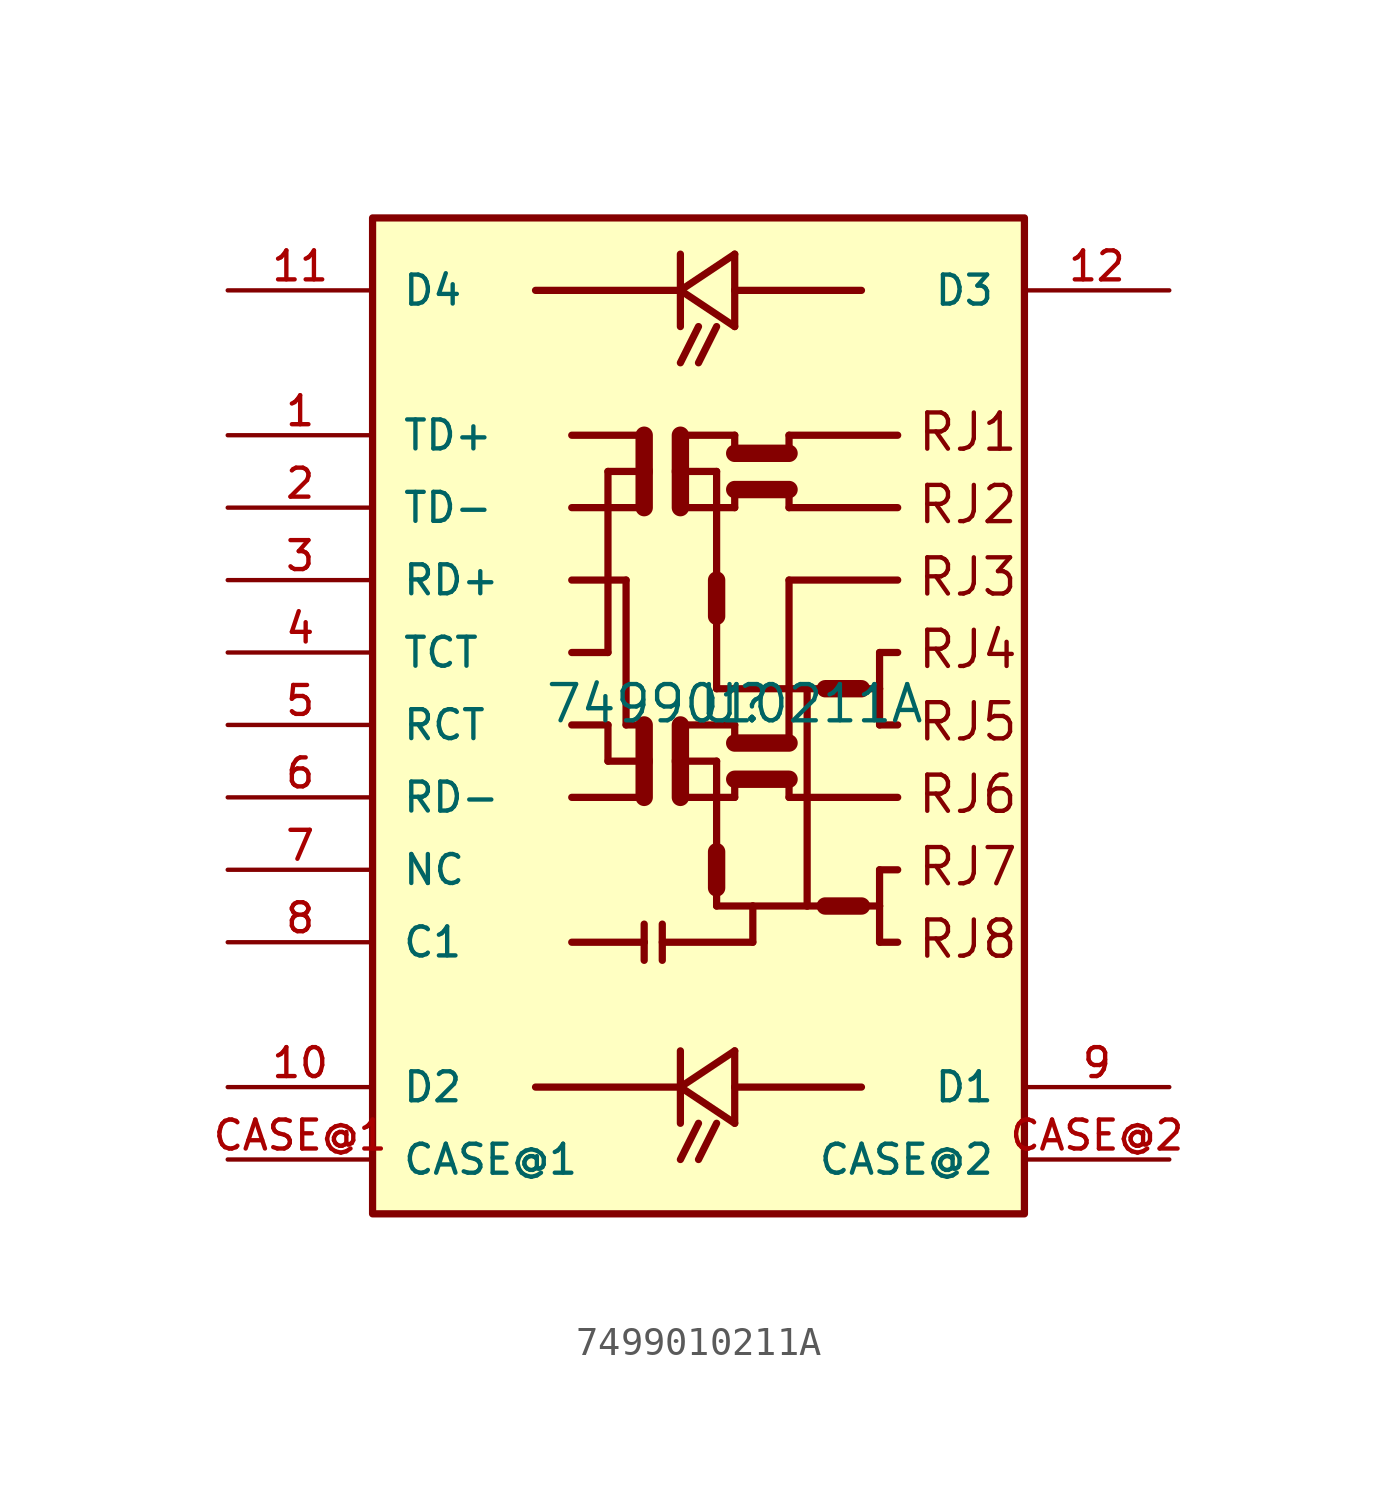
<source format=kicad_sym>
(kicad_symbol_lib
  (version 20231120)
  (generator "kicad_symbol_editor")
  (generator_version "8.0")
  (symbol "7499010211A"
    (pin_names
      (offset 1.016))
    (property "Reference" "U"
      (at 0 0 0)
      (effects (font (size 1.27 1.27)) (justify bottom)))
    (property "Value" "7499010211A"
      (at 0 0 0)
      (effects (font (size 1.27 1.27)) (justify bottom)))
    (symbol "7499010211A_0_0"
      (rectangle (start -12.7 -17.145) (end 10.16 17.78) (stroke (width 0.254) (type default)) (fill (type background)))
      (polyline (pts (xy -5.715 0) (xy -4.445 0)) (stroke (width 0.254) (type default)) (fill (type none)))
      (polyline (pts (xy -5.715 10.16) (xy -3.175 10.16)) (stroke (width 0.254) (type default)) (fill (type none)))
      (polyline (pts (xy -4.445 -1.27) (xy -3.175 -1.27)) (stroke (width 0.254) (type default)) (fill (type none)))
      (polyline (pts (xy -4.445 0) (xy -4.445 -1.27)) (stroke (width 0.254) (type default)) (fill (type none)))
      (polyline (pts (xy -4.445 2.54) (xy -5.715 2.54)) (stroke (width 0.254) (type default)) (fill (type none)))
      (polyline (pts (xy -4.445 8.89) (xy -4.445 2.54)) (stroke (width 0.254) (type default)) (fill (type none)))
      (polyline (pts (xy -3.81 0) (xy -3.81 5.08)) (stroke (width 0.254) (type default)) (fill (type none)))
      (polyline (pts (xy -3.81 5.08) (xy -5.715 5.08)) (stroke (width 0.254) (type default)) (fill (type none)))
      (polyline (pts (xy -3.175 -7.62) (xy -5.715 -7.62)) (stroke (width 0.254) (type default)) (fill (type none)))
      (polyline (pts (xy -3.175 -7.62) (xy -3.175 -8.255)) (stroke (width 0.254) (type default)) (fill (type none)))
      (polyline (pts (xy -3.175 -6.985) (xy -3.175 -7.62)) (stroke (width 0.254) (type default)) (fill (type none)))
      (polyline (pts (xy -3.175 -2.54) (xy -5.715 -2.54)) (stroke (width 0.254) (type default)) (fill (type none)))
      (polyline (pts (xy -3.175 -2.54) (xy -3.175 -1.27)) (stroke (width 0.61) (type default)) (fill (type none)))
      (polyline (pts (xy -3.175 -1.27) (xy -3.175 0)) (stroke (width 0.61) (type default)) (fill (type none)))
      (polyline (pts (xy -3.175 0) (xy -3.81 0)) (stroke (width 0.254) (type default)) (fill (type none)))
      (polyline (pts (xy -3.175 7.62) (xy -5.715 7.62)) (stroke (width 0.254) (type default)) (fill (type none)))
      (polyline (pts (xy -3.175 8.89) (xy -4.445 8.89)) (stroke (width 0.254) (type default)) (fill (type none)))
      (polyline (pts (xy -3.175 8.89) (xy -3.175 7.62)) (stroke (width 0.61) (type default)) (fill (type none)))
      (polyline (pts (xy -3.175 10.16) (xy -3.175 8.89)) (stroke (width 0.61) (type default)) (fill (type none)))
      (polyline (pts (xy -2.54 -6.985) (xy -2.54 -8.255)) (stroke (width 0.254) (type default)) (fill (type none)))
      (polyline (pts (xy -1.905 -12.7) (xy -6.985 -12.7)) (stroke (width 0.254) (type default)) (fill (type none)))
      (polyline (pts (xy -1.905 -12.7) (xy 0 -13.97)) (stroke (width 0.254) (type default)) (fill (type none)))
      (polyline (pts (xy -1.905 -12.7) (xy 0 -11.43)) (stroke (width 0.254) (type default)) (fill (type none)))
      (polyline (pts (xy -1.905 -11.43) (xy -1.905 -13.97)) (stroke (width 0.254) (type default)) (fill (type none)))
      (polyline (pts (xy -1.905 -2.54) (xy 0 -2.54)) (stroke (width 0.254) (type default)) (fill (type none)))
      (polyline (pts (xy -1.905 -1.27) (xy -1.905 -2.54)) (stroke (width 0.61) (type default)) (fill (type none)))
      (polyline (pts (xy -1.905 -1.27) (xy -0.635 -1.27)) (stroke (width 0.254) (type default)) (fill (type none)))
      (polyline (pts (xy -1.905 0) (xy -1.905 -1.27)) (stroke (width 0.61) (type default)) (fill (type none)))
      (polyline (pts (xy -1.905 0) (xy 0 0)) (stroke (width 0.254) (type default)) (fill (type none)))
      (polyline (pts (xy -1.905 7.62) (xy 0 7.62)) (stroke (width 0.254) (type default)) (fill (type none)))
      (polyline (pts (xy -1.905 8.89) (xy -1.905 7.62)) (stroke (width 0.61) (type default)) (fill (type none)))
      (polyline (pts (xy -1.905 8.89) (xy -0.635 8.89)) (stroke (width 0.254) (type default)) (fill (type none)))
      (polyline (pts (xy -1.905 10.16) (xy -1.905 8.89)) (stroke (width 0.61) (type default)) (fill (type none)))
      (polyline (pts (xy -1.905 10.16) (xy 0 10.16)) (stroke (width 0.254) (type default)) (fill (type none)))
      (polyline (pts (xy -1.905 15.24) (xy -6.985 15.24)) (stroke (width 0.254) (type default)) (fill (type none)))
      (polyline (pts (xy -1.905 15.24) (xy 0 13.97)) (stroke (width 0.254) (type default)) (fill (type none)))
      (polyline (pts (xy -1.905 15.24) (xy 0 16.51)) (stroke (width 0.254) (type default)) (fill (type none)))
      (polyline (pts (xy -1.905 16.51) (xy -1.905 13.97)) (stroke (width 0.254) (type default)) (fill (type none)))
      (polyline (pts (xy -1.27 -13.97) (xy -1.905 -15.24)) (stroke (width 0.254) (type default)) (fill (type none)))
      (polyline (pts (xy -1.27 13.97) (xy -1.905 12.7)) (stroke (width 0.254) (type default)) (fill (type none)))
      (polyline (pts (xy -0.635 -13.97) (xy -1.27 -15.24)) (stroke (width 0.254) (type default)) (fill (type none)))
      (polyline (pts (xy -0.635 -6.35) (xy 0.635 -6.35)) (stroke (width 0.254) (type default)) (fill (type none)))
      (polyline (pts (xy -0.635 -5.715) (xy -0.635 -6.35)) (stroke (width 0.254) (type default)) (fill (type none)))
      (polyline (pts (xy -0.635 -4.445) (xy -0.635 -5.715)) (stroke (width 0.61) (type default)) (fill (type none)))
      (polyline (pts (xy -0.635 -1.27) (xy -0.635 -4.445)) (stroke (width 0.254) (type default)) (fill (type none)))
      (polyline (pts (xy -0.635 1.27) (xy 2.54 1.27)) (stroke (width 0.254) (type default)) (fill (type none)))
      (polyline (pts (xy -0.635 3.81) (xy -0.635 1.27)) (stroke (width 0.254) (type default)) (fill (type none)))
      (polyline (pts (xy -0.635 5.08) (xy -0.635 3.81)) (stroke (width 0.61) (type default)) (fill (type none)))
      (polyline (pts (xy -0.635 8.89) (xy -0.635 5.08)) (stroke (width 0.254) (type default)) (fill (type none)))
      (polyline (pts (xy -0.635 13.97) (xy -1.27 12.7)) (stroke (width 0.254) (type default)) (fill (type none)))
      (polyline (pts (xy 0 -13.97) (xy 0 -12.7)) (stroke (width 0.254) (type default)) (fill (type none)))
      (polyline (pts (xy 0 -12.7) (xy 0 -11.43)) (stroke (width 0.254) (type default)) (fill (type none)))
      (polyline (pts (xy 0 -12.7) (xy 4.445 -12.7)) (stroke (width 0.254) (type default)) (fill (type none)))
      (polyline (pts (xy 0 -2.54) (xy 0 -1.905)) (stroke (width 0.254) (type default)) (fill (type none)))
      (polyline (pts (xy 0 -1.905) (xy 1.905 -1.905)) (stroke (width 0.61) (type default)) (fill (type none)))
      (polyline (pts (xy 0 -0.635) (xy 1.905 -0.635)) (stroke (width 0.61) (type default)) (fill (type none)))
      (polyline (pts (xy 0 0) (xy 0 -0.635)) (stroke (width 0.254) (type default)) (fill (type none)))
      (polyline (pts (xy 0 7.62) (xy 0 8.255)) (stroke (width 0.254) (type default)) (fill (type none)))
      (polyline (pts (xy 0 8.255) (xy 1.905 8.255)) (stroke (width 0.61) (type default)) (fill (type none)))
      (polyline (pts (xy 0 9.525) (xy 1.905 9.525)) (stroke (width 0.61) (type default)) (fill (type none)))
      (polyline (pts (xy 0 10.16) (xy 0 9.525)) (stroke (width 0.254) (type default)) (fill (type none)))
      (polyline (pts (xy 0 13.97) (xy 0 15.24)) (stroke (width 0.254) (type default)) (fill (type none)))
      (polyline (pts (xy 0 15.24) (xy 0 16.51)) (stroke (width 0.254) (type default)) (fill (type none)))
      (polyline (pts (xy 0 15.24) (xy 4.445 15.24)) (stroke (width 0.254) (type default)) (fill (type none)))
      (polyline (pts (xy 0.635 -7.62) (xy -2.54 -7.62)) (stroke (width 0.254) (type default)) (fill (type none)))
      (polyline (pts (xy 0.635 -6.35) (xy 0.635 -7.62)) (stroke (width 0.254) (type default)) (fill (type none)))
      (polyline (pts (xy 0.635 -6.35) (xy 2.54 -6.35)) (stroke (width 0.254) (type default)) (fill (type none)))
      (polyline (pts (xy 1.905 -2.54) (xy 5.715 -2.54)) (stroke (width 0.254) (type default)) (fill (type none)))
      (polyline (pts (xy 1.905 -1.905) (xy 1.905 -2.54)) (stroke (width 0.254) (type default)) (fill (type none)))
      (polyline (pts (xy 1.905 -0.635) (xy 1.905 5.08)) (stroke (width 0.254) (type default)) (fill (type none)))
      (polyline (pts (xy 1.905 5.08) (xy 5.715 5.08)) (stroke (width 0.254) (type default)) (fill (type none)))
      (polyline (pts (xy 1.905 7.62) (xy 5.715 7.62)) (stroke (width 0.254) (type default)) (fill (type none)))
      (polyline (pts (xy 1.905 8.255) (xy 1.905 7.62)) (stroke (width 0.254) (type default)) (fill (type none)))
      (polyline (pts (xy 1.905 9.525) (xy 1.905 10.16)) (stroke (width 0.254) (type default)) (fill (type none)))
      (polyline (pts (xy 1.905 10.16) (xy 5.715 10.16)) (stroke (width 0.254) (type default)) (fill (type none)))
      (polyline (pts (xy 2.54 -6.35) (xy 3.175 -6.35)) (stroke (width 0.254) (type default)) (fill (type none)))
      (polyline (pts (xy 2.54 1.27) (xy 2.54 -6.35)) (stroke (width 0.254) (type default)) (fill (type none)))
      (polyline (pts (xy 3.175 -6.35) (xy 4.445 -6.35)) (stroke (width 0.61) (type default)) (fill (type none)))
      (polyline (pts (xy 3.175 1.27) (xy 2.54 1.27)) (stroke (width 0.254) (type default)) (fill (type none)))
      (polyline (pts (xy 4.445 -6.35) (xy 5.08 -6.35)) (stroke (width 0.254) (type default)) (fill (type none)))
      (polyline (pts (xy 4.445 1.27) (xy 3.175 1.27)) (stroke (width 0.61) (type default)) (fill (type none)))
      (polyline (pts (xy 5.08 -7.62) (xy 5.715 -7.62)) (stroke (width 0.254) (type default)) (fill (type none)))
      (polyline (pts (xy 5.08 -6.35) (xy 5.08 -7.62)) (stroke (width 0.254) (type default)) (fill (type none)))
      (polyline (pts (xy 5.08 -5.08) (xy 5.08 -6.35)) (stroke (width 0.254) (type default)) (fill (type none)))
      (polyline (pts (xy 5.08 0) (xy 5.715 0)) (stroke (width 0.254) (type default)) (fill (type none)))
      (polyline (pts (xy 5.08 1.27) (xy 4.445 1.27)) (stroke (width 0.254) (type default)) (fill (type none)))
      (polyline (pts (xy 5.08 1.27) (xy 5.08 0)) (stroke (width 0.254) (type default)) (fill (type none)))
      (polyline (pts (xy 5.08 2.54) (xy 5.08 1.27)) (stroke (width 0.254) (type default)) (fill (type none)))
      (polyline (pts (xy 5.715 -5.08) (xy 5.08 -5.08)) (stroke (width 0.254) (type default)) (fill (type none)))
      (polyline (pts (xy 5.715 2.54) (xy 5.08 2.54)) (stroke (width 0.254) (type default)) (fill (type none)))
      (text "RJ1" (at 6.35 9.525 0) (effects (font (size 1.27 1.27)) (justify left bottom)))
      (text "RJ2" (at 6.35 6.985 0) (effects (font (size 1.27 1.27)) (justify left bottom)))
      (text "RJ3" (at 6.35 4.445 0) (effects (font (size 1.27 1.27)) (justify left bottom)))
      (text "RJ4" (at 6.35 1.905 0) (effects (font (size 1.27 1.27)) (justify left bottom)))
      (text "RJ5" (at 6.35 -0.635 0) (effects (font (size 1.27 1.27)) (justify left bottom)))
      (text "RJ6" (at 6.35 -3.175 0) (effects (font (size 1.27 1.27)) (justify left bottom)))
      (text "RJ7" (at 6.35 -5.715 0) (effects (font (size 1.27 1.27)) (justify left bottom)))
      (text "RJ8" (at 6.35 -8.255 0) (effects (font (size 1.27 1.27)) (justify left bottom)))
      (pin bidirectional line (at -17.78 10.16 0) (length 5.08) (name "TD+" (effects (font (size 1.016 1.016)))) (number "1" (effects (font (size 1.016 1.016)))))
      (pin bidirectional line (at -17.78 -12.7 0) (length 5.08) (name "D2" (effects (font (size 1.016 1.016)))) (number "10" (effects (font (size 1.016 1.016)))))
      (pin bidirectional line (at -17.78 15.24 0) (length 5.08) (name "D4" (effects (font (size 1.016 1.016)))) (number "11" (effects (font (size 1.016 1.016)))))
      (pin bidirectional line (at 15.24 15.24 180) (length 5.08) (name "D3" (effects (font (size 1.016 1.016)))) (number "12" (effects (font (size 1.016 1.016)))))
      (pin bidirectional line (at -17.78 7.62 0) (length 5.08) (name "TD-" (effects (font (size 1.016 1.016)))) (number "2" (effects (font (size 1.016 1.016)))))
      (pin bidirectional line (at -17.78 5.08 0) (length 5.08) (name "RD+" (effects (font (size 1.016 1.016)))) (number "3" (effects (font (size 1.016 1.016)))))
      (pin bidirectional line (at -17.78 2.54 0) (length 5.08) (name "TCT" (effects (font (size 1.016 1.016)))) (number "4" (effects (font (size 1.016 1.016)))))
      (pin bidirectional line (at -17.78 0 0) (length 5.08) (name "RCT" (effects (font (size 1.016 1.016)))) (number "5" (effects (font (size 1.016 1.016)))))
      (pin bidirectional line (at -17.78 -2.54 0) (length 5.08) (name "RD-" (effects (font (size 1.016 1.016)))) (number "6" (effects (font (size 1.016 1.016)))))
      (pin bidirectional line (at -17.78 -5.08 0) (length 5.08) (name "NC" (effects (font (size 1.016 1.016)))) (number "7" (effects (font (size 1.016 1.016)))))
      (pin bidirectional line (at -17.78 -7.62 0) (length 5.08) (name "C1" (effects (font (size 1.016 1.016)))) (number "8" (effects (font (size 1.016 1.016)))))
      (pin bidirectional line (at 15.24 -12.7 180) (length 5.08) (name "D1" (effects (font (size 1.016 1.016)))) (number "9" (effects (font (size 1.016 1.016)))))
      (pin bidirectional line (at -17.78 -15.24 0) (length 5.08) (name "CASE@1" (effects (font (size 1.016 1.016)))) (number "CASE@1" (effects (font (size 1.016 1.016)))))
      (pin bidirectional line (at 15.24 -15.24 180) (length 5.08) (name "CASE@2" (effects (font (size 1.016 1.016)))) (number "CASE@2" (effects (font (size 1.016 1.016))))))))
</source>
